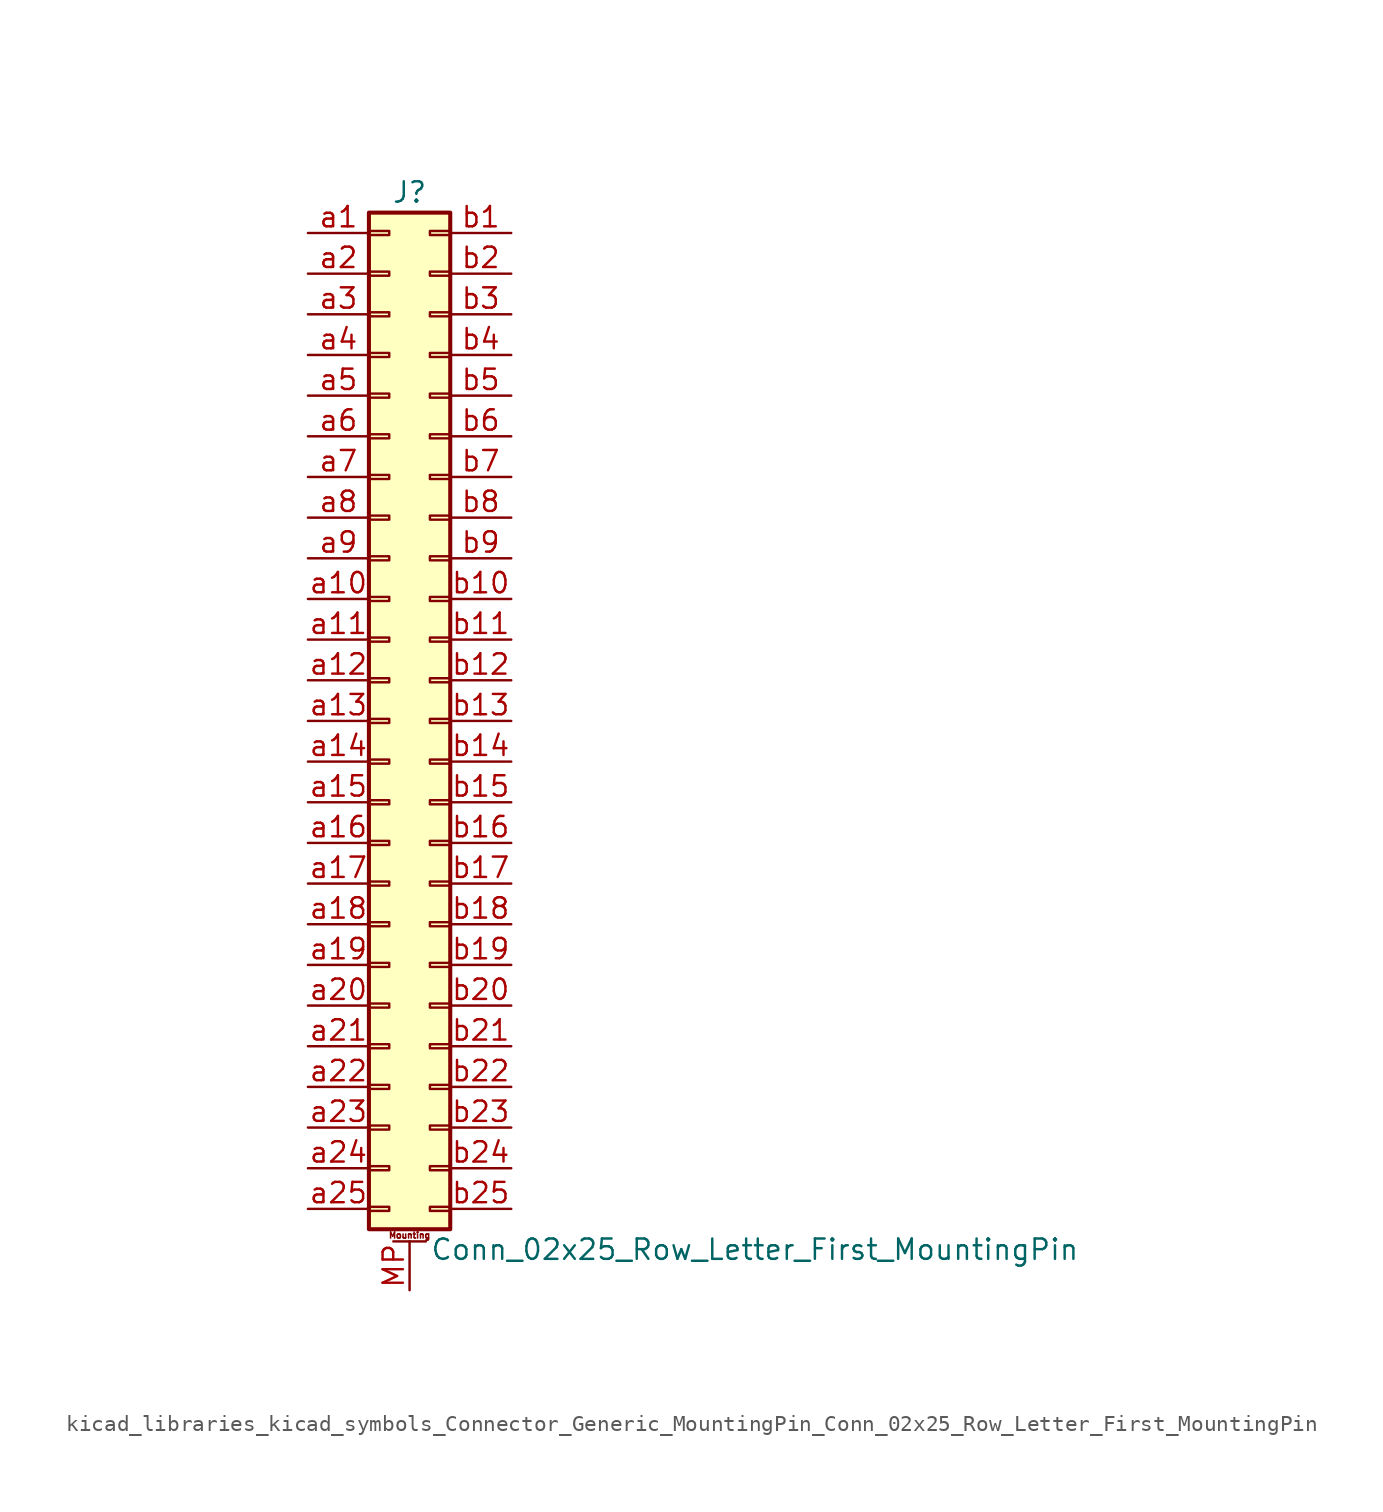
<source format=kicad_sym>
(kicad_symbol_lib
  (version 20220914)
  (generator kicad_symbol_editor)
  (symbol "kicad_libraries_kicad_symbols_Connector_Generic_MountingPin_Conn_02x25_Row_Letter_First_MountingPin"
    (pin_names
      (offset 1.016) hide)
    (property "Reference" "J"
      (at 1.27 33.02 0)
      (effects (font (size 1.27 1.27))))
    (property "Value" "Conn_02x25_Row_Letter_First_MountingPin"
      (at 2.54 -33.02 0)
      (effects (font (size 1.27 1.27)) (justify left)))
    (symbol "kicad_libraries_kicad_symbols_Connector_Generic_MountingPin_Conn_02x25_Row_Letter_First_MountingPin_1_1"
      (rectangle (start -1.27 -30.353) (end 0 -30.607) (stroke (width 0.152) (type default)) (fill (type none)))
      (rectangle (start -1.27 -27.813) (end 0 -28.067) (stroke (width 0.152) (type default)) (fill (type none)))
      (rectangle (start -1.27 -25.273) (end 0 -25.527) (stroke (width 0.152) (type default)) (fill (type none)))
      (rectangle (start -1.27 -22.733) (end 0 -22.987) (stroke (width 0.152) (type default)) (fill (type none)))
      (rectangle (start -1.27 -20.193) (end 0 -20.447) (stroke (width 0.152) (type default)) (fill (type none)))
      (rectangle (start -1.27 -17.653) (end 0 -17.907) (stroke (width 0.152) (type default)) (fill (type none)))
      (rectangle (start -1.27 -15.113) (end 0 -15.367) (stroke (width 0.152) (type default)) (fill (type none)))
      (rectangle (start -1.27 -12.573) (end 0 -12.827) (stroke (width 0.152) (type default)) (fill (type none)))
      (rectangle (start -1.27 -10.033) (end 0 -10.287) (stroke (width 0.152) (type default)) (fill (type none)))
      (rectangle (start -1.27 -7.493) (end 0 -7.747) (stroke (width 0.152) (type default)) (fill (type none)))
      (rectangle (start -1.27 -4.953) (end 0 -5.207) (stroke (width 0.152) (type default)) (fill (type none)))
      (rectangle (start -1.27 -2.413) (end 0 -2.667) (stroke (width 0.152) (type default)) (fill (type none)))
      (rectangle (start -1.27 0.127) (end 0 -0.127) (stroke (width 0.152) (type default)) (fill (type none)))
      (rectangle (start -1.27 2.667) (end 0 2.413) (stroke (width 0.152) (type default)) (fill (type none)))
      (rectangle (start -1.27 5.207) (end 0 4.953) (stroke (width 0.152) (type default)) (fill (type none)))
      (rectangle (start -1.27 7.747) (end 0 7.493) (stroke (width 0.152) (type default)) (fill (type none)))
      (rectangle (start -1.27 10.287) (end 0 10.033) (stroke (width 0.152) (type default)) (fill (type none)))
      (rectangle (start -1.27 12.827) (end 0 12.573) (stroke (width 0.152) (type default)) (fill (type none)))
      (rectangle (start -1.27 15.367) (end 0 15.113) (stroke (width 0.152) (type default)) (fill (type none)))
      (rectangle (start -1.27 17.907) (end 0 17.653) (stroke (width 0.152) (type default)) (fill (type none)))
      (rectangle (start -1.27 20.447) (end 0 20.193) (stroke (width 0.152) (type default)) (fill (type none)))
      (rectangle (start -1.27 22.987) (end 0 22.733) (stroke (width 0.152) (type default)) (fill (type none)))
      (rectangle (start -1.27 25.527) (end 0 25.273) (stroke (width 0.152) (type default)) (fill (type none)))
      (rectangle (start -1.27 28.067) (end 0 27.813) (stroke (width 0.152) (type default)) (fill (type none)))
      (rectangle (start -1.27 30.607) (end 0 30.353) (stroke (width 0.152) (type default)) (fill (type none)))
      (rectangle (start -1.27 31.75) (end 3.81 -31.75) (stroke (width 0.254) (type default)) (fill (type background)))
      (polyline (pts (xy 0.254 -32.512) (xy 2.286 -32.512)) (stroke (width 0.152) (type default)) (fill (type none)))
      (rectangle (start 3.81 -30.353) (end 2.54 -30.607) (stroke (width 0.152) (type default)) (fill (type none)))
      (rectangle (start 3.81 -27.813) (end 2.54 -28.067) (stroke (width 0.152) (type default)) (fill (type none)))
      (rectangle (start 3.81 -25.273) (end 2.54 -25.527) (stroke (width 0.152) (type default)) (fill (type none)))
      (rectangle (start 3.81 -22.733) (end 2.54 -22.987) (stroke (width 0.152) (type default)) (fill (type none)))
      (rectangle (start 3.81 -20.193) (end 2.54 -20.447) (stroke (width 0.152) (type default)) (fill (type none)))
      (rectangle (start 3.81 -17.653) (end 2.54 -17.907) (stroke (width 0.152) (type default)) (fill (type none)))
      (rectangle (start 3.81 -15.113) (end 2.54 -15.367) (stroke (width 0.152) (type default)) (fill (type none)))
      (rectangle (start 3.81 -12.573) (end 2.54 -12.827) (stroke (width 0.152) (type default)) (fill (type none)))
      (rectangle (start 3.81 -10.033) (end 2.54 -10.287) (stroke (width 0.152) (type default)) (fill (type none)))
      (rectangle (start 3.81 -7.493) (end 2.54 -7.747) (stroke (width 0.152) (type default)) (fill (type none)))
      (rectangle (start 3.81 -4.953) (end 2.54 -5.207) (stroke (width 0.152) (type default)) (fill (type none)))
      (rectangle (start 3.81 -2.413) (end 2.54 -2.667) (stroke (width 0.152) (type default)) (fill (type none)))
      (rectangle (start 3.81 0.127) (end 2.54 -0.127) (stroke (width 0.152) (type default)) (fill (type none)))
      (rectangle (start 3.81 2.667) (end 2.54 2.413) (stroke (width 0.152) (type default)) (fill (type none)))
      (rectangle (start 3.81 5.207) (end 2.54 4.953) (stroke (width 0.152) (type default)) (fill (type none)))
      (rectangle (start 3.81 7.747) (end 2.54 7.493) (stroke (width 0.152) (type default)) (fill (type none)))
      (rectangle (start 3.81 10.287) (end 2.54 10.033) (stroke (width 0.152) (type default)) (fill (type none)))
      (rectangle (start 3.81 12.827) (end 2.54 12.573) (stroke (width 0.152) (type default)) (fill (type none)))
      (rectangle (start 3.81 15.367) (end 2.54 15.113) (stroke (width 0.152) (type default)) (fill (type none)))
      (rectangle (start 3.81 17.907) (end 2.54 17.653) (stroke (width 0.152) (type default)) (fill (type none)))
      (rectangle (start 3.81 20.447) (end 2.54 20.193) (stroke (width 0.152) (type default)) (fill (type none)))
      (rectangle (start 3.81 22.987) (end 2.54 22.733) (stroke (width 0.152) (type default)) (fill (type none)))
      (rectangle (start 3.81 25.527) (end 2.54 25.273) (stroke (width 0.152) (type default)) (fill (type none)))
      (rectangle (start 3.81 28.067) (end 2.54 27.813) (stroke (width 0.152) (type default)) (fill (type none)))
      (rectangle (start 3.81 30.607) (end 2.54 30.353) (stroke (width 0.152) (type default)) (fill (type none)))
      (text "Mounting" (at 1.27 -32.131 0) (effects (font (size 0.381 0.381))))
      (pin passive line (at 1.27 -35.56 90) (length 3.048) (name "MountPin" (effects (font (size 1.27 1.27)))) (number "MP" (effects (font (size 1.27 1.27)))))
      (pin passive line (at -5.08 30.48 0) (length 3.81) (name "Pin_a1" (effects (font (size 1.27 1.27)))) (number "a1" (effects (font (size 1.27 1.27)))))
      (pin passive line (at -5.08 7.62 0) (length 3.81) (name "Pin_a10" (effects (font (size 1.27 1.27)))) (number "a10" (effects (font (size 1.27 1.27)))))
      (pin passive line (at -5.08 5.08 0) (length 3.81) (name "Pin_a11" (effects (font (size 1.27 1.27)))) (number "a11" (effects (font (size 1.27 1.27)))))
      (pin passive line (at -5.08 2.54 0) (length 3.81) (name "Pin_a12" (effects (font (size 1.27 1.27)))) (number "a12" (effects (font (size 1.27 1.27)))))
      (pin passive line (at -5.08 0 0) (length 3.81) (name "Pin_a13" (effects (font (size 1.27 1.27)))) (number "a13" (effects (font (size 1.27 1.27)))))
      (pin passive line (at -5.08 -2.54 0) (length 3.81) (name "Pin_a14" (effects (font (size 1.27 1.27)))) (number "a14" (effects (font (size 1.27 1.27)))))
      (pin passive line (at -5.08 -5.08 0) (length 3.81) (name "Pin_a15" (effects (font (size 1.27 1.27)))) (number "a15" (effects (font (size 1.27 1.27)))))
      (pin passive line (at -5.08 -7.62 0) (length 3.81) (name "Pin_a16" (effects (font (size 1.27 1.27)))) (number "a16" (effects (font (size 1.27 1.27)))))
      (pin passive line (at -5.08 -10.16 0) (length 3.81) (name "Pin_a17" (effects (font (size 1.27 1.27)))) (number "a17" (effects (font (size 1.27 1.27)))))
      (pin passive line (at -5.08 -12.7 0) (length 3.81) (name "Pin_a18" (effects (font (size 1.27 1.27)))) (number "a18" (effects (font (size 1.27 1.27)))))
      (pin passive line (at -5.08 -15.24 0) (length 3.81) (name "Pin_a19" (effects (font (size 1.27 1.27)))) (number "a19" (effects (font (size 1.27 1.27)))))
      (pin passive line (at -5.08 27.94 0) (length 3.81) (name "Pin_a2" (effects (font (size 1.27 1.27)))) (number "a2" (effects (font (size 1.27 1.27)))))
      (pin passive line (at -5.08 -17.78 0) (length 3.81) (name "Pin_a20" (effects (font (size 1.27 1.27)))) (number "a20" (effects (font (size 1.27 1.27)))))
      (pin passive line (at -5.08 -20.32 0) (length 3.81) (name "Pin_a21" (effects (font (size 1.27 1.27)))) (number "a21" (effects (font (size 1.27 1.27)))))
      (pin passive line (at -5.08 -22.86 0) (length 3.81) (name "Pin_a22" (effects (font (size 1.27 1.27)))) (number "a22" (effects (font (size 1.27 1.27)))))
      (pin passive line (at -5.08 -25.4 0) (length 3.81) (name "Pin_a23" (effects (font (size 1.27 1.27)))) (number "a23" (effects (font (size 1.27 1.27)))))
      (pin passive line (at -5.08 -27.94 0) (length 3.81) (name "Pin_a24" (effects (font (size 1.27 1.27)))) (number "a24" (effects (font (size 1.27 1.27)))))
      (pin passive line (at -5.08 -30.48 0) (length 3.81) (name "Pin_a25" (effects (font (size 1.27 1.27)))) (number "a25" (effects (font (size 1.27 1.27)))))
      (pin passive line (at -5.08 25.4 0) (length 3.81) (name "Pin_a3" (effects (font (size 1.27 1.27)))) (number "a3" (effects (font (size 1.27 1.27)))))
      (pin passive line (at -5.08 22.86 0) (length 3.81) (name "Pin_a4" (effects (font (size 1.27 1.27)))) (number "a4" (effects (font (size 1.27 1.27)))))
      (pin passive line (at -5.08 20.32 0) (length 3.81) (name "Pin_a5" (effects (font (size 1.27 1.27)))) (number "a5" (effects (font (size 1.27 1.27)))))
      (pin passive line (at -5.08 17.78 0) (length 3.81) (name "Pin_a6" (effects (font (size 1.27 1.27)))) (number "a6" (effects (font (size 1.27 1.27)))))
      (pin passive line (at -5.08 15.24 0) (length 3.81) (name "Pin_a7" (effects (font (size 1.27 1.27)))) (number "a7" (effects (font (size 1.27 1.27)))))
      (pin passive line (at -5.08 12.7 0) (length 3.81) (name "Pin_a8" (effects (font (size 1.27 1.27)))) (number "a8" (effects (font (size 1.27 1.27)))))
      (pin passive line (at -5.08 10.16 0) (length 3.81) (name "Pin_a9" (effects (font (size 1.27 1.27)))) (number "a9" (effects (font (size 1.27 1.27)))))
      (pin passive line (at 7.62 30.48 180) (length 3.81) (name "Pin_b1" (effects (font (size 1.27 1.27)))) (number "b1" (effects (font (size 1.27 1.27)))))
      (pin passive line (at 7.62 7.62 180) (length 3.81) (name "Pin_b10" (effects (font (size 1.27 1.27)))) (number "b10" (effects (font (size 1.27 1.27)))))
      (pin passive line (at 7.62 5.08 180) (length 3.81) (name "Pin_b11" (effects (font (size 1.27 1.27)))) (number "b11" (effects (font (size 1.27 1.27)))))
      (pin passive line (at 7.62 2.54 180) (length 3.81) (name "Pin_b12" (effects (font (size 1.27 1.27)))) (number "b12" (effects (font (size 1.27 1.27)))))
      (pin passive line (at 7.62 0 180) (length 3.81) (name "Pin_b13" (effects (font (size 1.27 1.27)))) (number "b13" (effects (font (size 1.27 1.27)))))
      (pin passive line (at 7.62 -2.54 180) (length 3.81) (name "Pin_b14" (effects (font (size 1.27 1.27)))) (number "b14" (effects (font (size 1.27 1.27)))))
      (pin passive line (at 7.62 -5.08 180) (length 3.81) (name "Pin_b15" (effects (font (size 1.27 1.27)))) (number "b15" (effects (font (size 1.27 1.27)))))
      (pin passive line (at 7.62 -7.62 180) (length 3.81) (name "Pin_b16" (effects (font (size 1.27 1.27)))) (number "b16" (effects (font (size 1.27 1.27)))))
      (pin passive line (at 7.62 -10.16 180) (length 3.81) (name "Pin_b17" (effects (font (size 1.27 1.27)))) (number "b17" (effects (font (size 1.27 1.27)))))
      (pin passive line (at 7.62 -12.7 180) (length 3.81) (name "Pin_b18" (effects (font (size 1.27 1.27)))) (number "b18" (effects (font (size 1.27 1.27)))))
      (pin passive line (at 7.62 -15.24 180) (length 3.81) (name "Pin_b19" (effects (font (size 1.27 1.27)))) (number "b19" (effects (font (size 1.27 1.27)))))
      (pin passive line (at 7.62 27.94 180) (length 3.81) (name "Pin_b2" (effects (font (size 1.27 1.27)))) (number "b2" (effects (font (size 1.27 1.27)))))
      (pin passive line (at 7.62 -17.78 180) (length 3.81) (name "Pin_b20" (effects (font (size 1.27 1.27)))) (number "b20" (effects (font (size 1.27 1.27)))))
      (pin passive line (at 7.62 -20.32 180) (length 3.81) (name "Pin_b21" (effects (font (size 1.27 1.27)))) (number "b21" (effects (font (size 1.27 1.27)))))
      (pin passive line (at 7.62 -22.86 180) (length 3.81) (name "Pin_b22" (effects (font (size 1.27 1.27)))) (number "b22" (effects (font (size 1.27 1.27)))))
      (pin passive line (at 7.62 -25.4 180) (length 3.81) (name "Pin_b23" (effects (font (size 1.27 1.27)))) (number "b23" (effects (font (size 1.27 1.27)))))
      (pin passive line (at 7.62 -27.94 180) (length 3.81) (name "Pin_b24" (effects (font (size 1.27 1.27)))) (number "b24" (effects (font (size 1.27 1.27)))))
      (pin passive line (at 7.62 -30.48 180) (length 3.81) (name "Pin_b25" (effects (font (size 1.27 1.27)))) (number "b25" (effects (font (size 1.27 1.27)))))
      (pin passive line (at 7.62 25.4 180) (length 3.81) (name "Pin_b3" (effects (font (size 1.27 1.27)))) (number "b3" (effects (font (size 1.27 1.27)))))
      (pin passive line (at 7.62 22.86 180) (length 3.81) (name "Pin_b4" (effects (font (size 1.27 1.27)))) (number "b4" (effects (font (size 1.27 1.27)))))
      (pin passive line (at 7.62 20.32 180) (length 3.81) (name "Pin_b5" (effects (font (size 1.27 1.27)))) (number "b5" (effects (font (size 1.27 1.27)))))
      (pin passive line (at 7.62 17.78 180) (length 3.81) (name "Pin_b6" (effects (font (size 1.27 1.27)))) (number "b6" (effects (font (size 1.27 1.27)))))
      (pin passive line (at 7.62 15.24 180) (length 3.81) (name "Pin_b7" (effects (font (size 1.27 1.27)))) (number "b7" (effects (font (size 1.27 1.27)))))
      (pin passive line (at 7.62 12.7 180) (length 3.81) (name "Pin_b8" (effects (font (size 1.27 1.27)))) (number "b8" (effects (font (size 1.27 1.27)))))
      (pin passive line (at 7.62 10.16 180) (length 3.81) (name "Pin_b9" (effects (font (size 1.27 1.27)))) (number "b9" (effects (font (size 1.27 1.27))))))))
</source>
